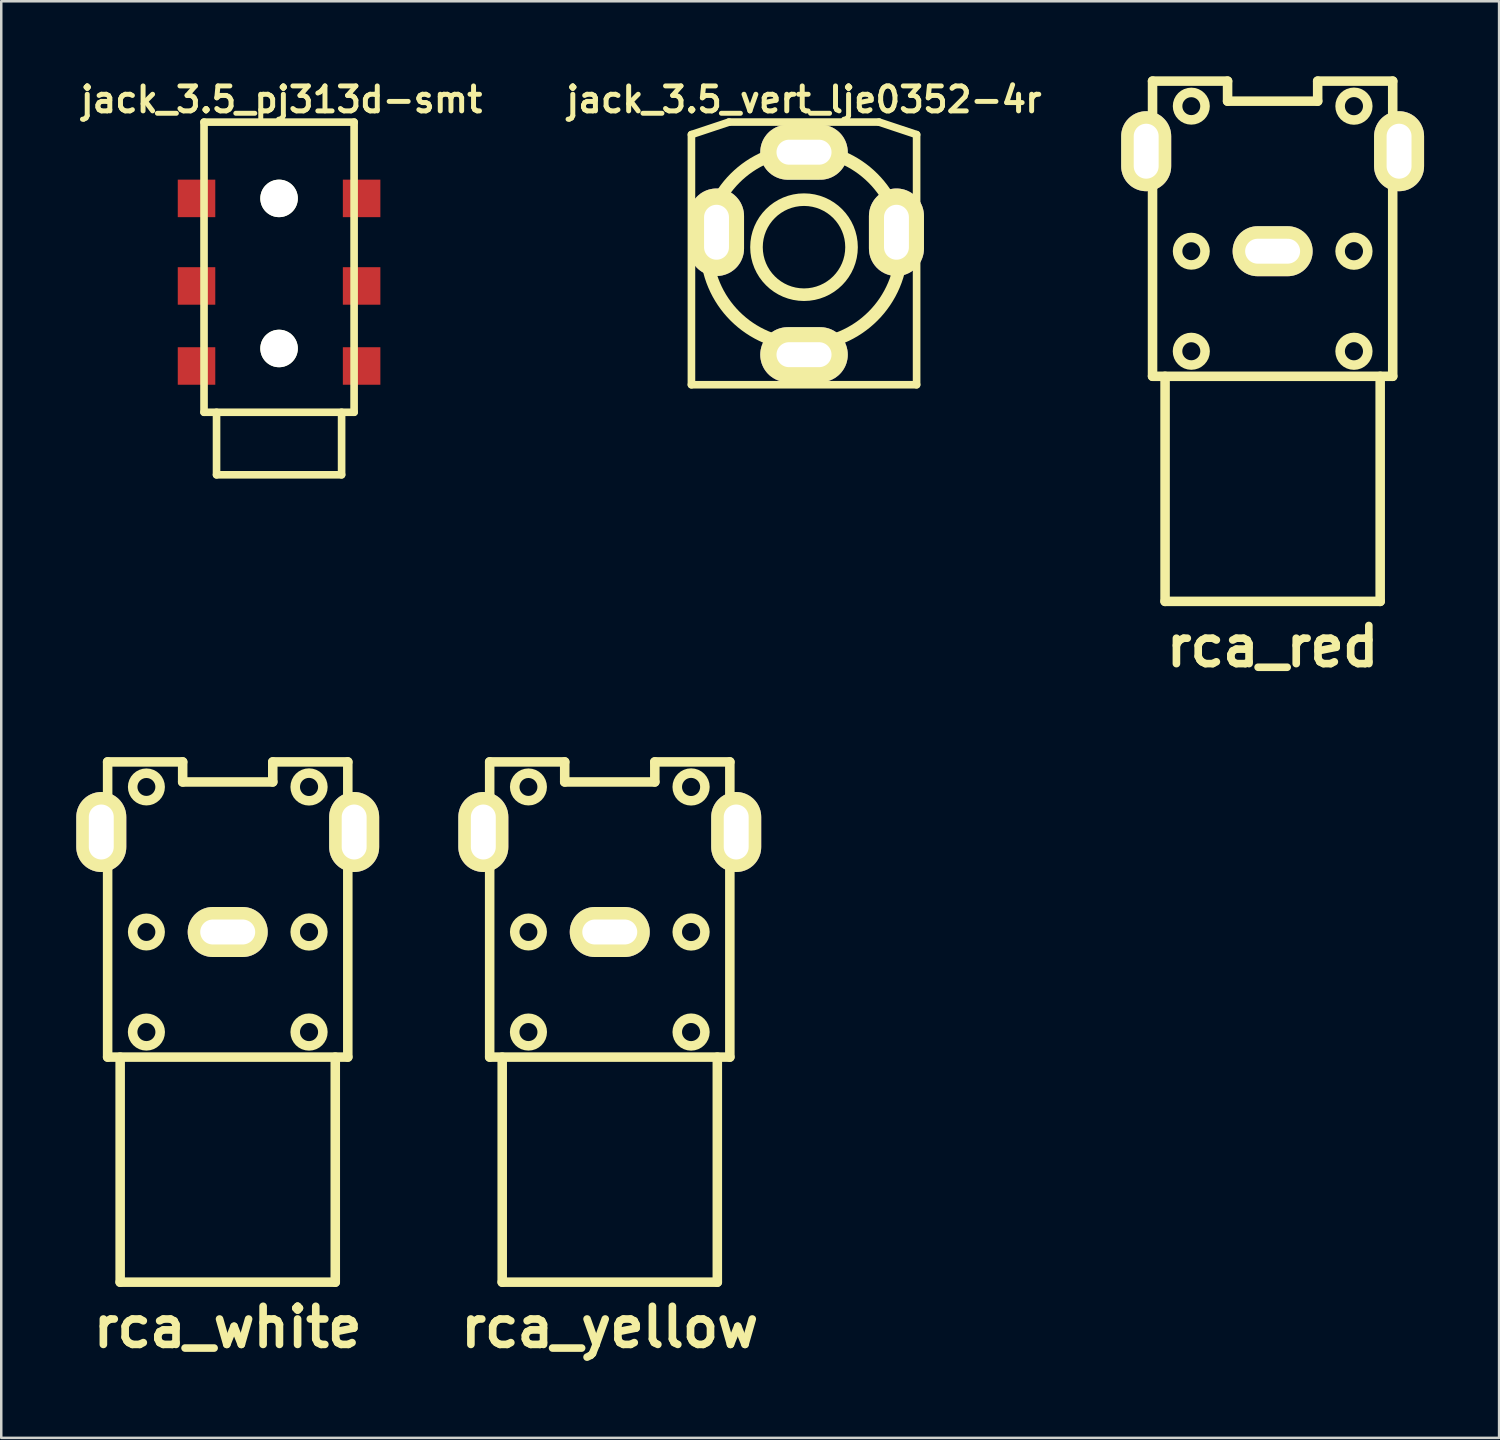
<source format=kicad_pcb>
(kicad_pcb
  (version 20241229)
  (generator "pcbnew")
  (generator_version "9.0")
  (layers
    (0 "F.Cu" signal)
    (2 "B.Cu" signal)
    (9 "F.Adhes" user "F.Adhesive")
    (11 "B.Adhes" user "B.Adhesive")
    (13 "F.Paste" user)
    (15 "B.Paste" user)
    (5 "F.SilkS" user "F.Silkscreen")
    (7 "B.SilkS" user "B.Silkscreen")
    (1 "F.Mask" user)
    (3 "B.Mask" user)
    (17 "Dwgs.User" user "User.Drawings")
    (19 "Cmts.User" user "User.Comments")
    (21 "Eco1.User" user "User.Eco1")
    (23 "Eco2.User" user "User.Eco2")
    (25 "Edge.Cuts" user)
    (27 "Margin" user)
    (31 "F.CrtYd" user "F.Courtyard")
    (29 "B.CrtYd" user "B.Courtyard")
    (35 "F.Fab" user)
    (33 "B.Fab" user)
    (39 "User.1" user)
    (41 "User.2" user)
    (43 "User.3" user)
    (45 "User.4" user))
  (footprint "rca_yellow"
    (layer "F.Cu")
    (at 21.328 34.211)
    (property "Reference" "rca_yellow" (at 0 15.799 0) (layer "F.SilkS") (effects (font (size 1.524 1.524) (thickness 0.305))))
    (attr through_hole)
    (fp_line (start -5.4 -4.9) (end -4.801 -4.9) (stroke (width 0.381) (type solid)) (layer "F.SilkS"))
    (fp_line (start -5.4 -3.099) (end -5.4 -4.9) (stroke (width 0.381) (type solid)) (layer "F.SilkS"))
    (fp_line (start -4.801 -6.8) (end -1.801 -6.8) (stroke (width 0.381) (type solid)) (layer "F.SilkS"))
    (fp_line (start -4.801 -3.099) (end -5.4 -3.099) (stroke (width 0.381) (type solid)) (layer "F.SilkS"))
    (fp_line (start -4.801 4.999) (end -4.801 -6.802) (stroke (width 0.381) (type solid)) (layer "F.SilkS"))
    (fp_line (start -4.3 5.001) (end -4.3 14) (stroke (width 0.381) (type solid)) (layer "F.SilkS"))
    (fp_line (start -4.3 14) (end 4.3 14) (stroke (width 0.381) (type solid)) (layer "F.SilkS"))
    (fp_line (start -1.801 -6.8) (end -1.801 -5.999) (stroke (width 0.381) (type solid)) (layer "F.SilkS"))
    (fp_line (start -1.801 -5.999) (end 1.801 -5.999) (stroke (width 0.381) (type solid)) (layer "F.SilkS"))
    (fp_line (start 1.801 -6.8) (end 4.801 -6.8) (stroke (width 0.381) (type solid)) (layer "F.SilkS"))
    (fp_line (start 1.801 -5.999) (end 1.801 -6.8) (stroke (width 0.381) (type solid)) (layer "F.SilkS"))
    (fp_line (start 4.3 14) (end 4.3 5.001) (stroke (width 0.381) (type solid)) (layer "F.SilkS"))
    (fp_line (start 4.801 -6.8) (end 4.801 5.001) (stroke (width 0.381) (type solid)) (layer "F.SilkS"))
    (fp_line (start 4.801 -4.9) (end 5.4 -4.9) (stroke (width 0.381) (type solid)) (layer "F.SilkS"))
    (fp_line (start 4.801 5.001) (end -4.801 5.001) (stroke (width 0.381) (type solid)) (layer "F.SilkS"))
    (fp_line (start 5.4 -4.9) (end 5.4 -3.099) (stroke (width 0.381) (type solid)) (layer "F.SilkS"))
    (fp_line (start 5.4 -3.099) (end 4.801 -3.099) (stroke (width 0.381) (type solid)) (layer "F.SilkS"))
    (fp_circle (center -3.251 -5.799) (end -3.8 -5.799) (stroke (width 0.381) (type solid)) (fill no) (layer "F.SilkS"))
    (fp_circle (center -3.251 0) (end -3.8 0) (stroke (width 0.381) (type solid)) (fill no) (layer "F.SilkS"))
    (fp_circle (center -3.251 4) (end -3.8 3.95) (stroke (width 0.381) (type solid)) (fill no) (layer "F.SilkS"))
    (fp_circle (center 3.251 -5.799) (end 2.7 -5.85) (stroke (width 0.381) (type solid)) (fill no) (layer "F.SilkS"))
    (fp_circle (center 3.251 0) (end 2.7 -0.051) (stroke (width 0.381) (type solid)) (fill no) (layer "F.SilkS"))
    (fp_circle (center 3.251 4) (end 2.7 4.049) (stroke (width 0.381) (type solid)) (fill no) (layer "F.SilkS"))
    (pad "1" thru_hole oval (at 0 0) (size 3.198 1.999) (drill oval 2.197 0.996) (layers "*.Cu" "*.Mask" "F.SilkS"))
    (pad "2" thru_hole oval (at -5.055 -3.998) (size 1.999 3.198) (drill oval 0.996 2.197) (layers "*.Cu" "*.Mask" "F.SilkS"))
    (pad "2" thru_hole oval (at 5.055 -3.998) (size 1.999 3.198) (drill oval 0.996 2.197) (layers "*.Cu" "*.Mask" "F.SilkS")))
  (footprint "rca_red"
    (layer "F.Cu")
    (at 47.829 6.993)
    (property "Reference" "rca_red" (at 0 15.799 0) (layer "F.SilkS") (effects (font (size 1.524 1.524) (thickness 0.305))))
    (attr through_hole)
    (fp_line (start -5.4 -4.9) (end -4.801 -4.9) (stroke (width 0.381) (type solid)) (layer "F.SilkS"))
    (fp_line (start -5.4 -3.099) (end -5.4 -4.9) (stroke (width 0.381) (type solid)) (layer "F.SilkS"))
    (fp_line (start -4.801 -6.8) (end -1.801 -6.8) (stroke (width 0.381) (type solid)) (layer "F.SilkS"))
    (fp_line (start -4.801 -3.099) (end -5.4 -3.099) (stroke (width 0.381) (type solid)) (layer "F.SilkS"))
    (fp_line (start -4.801 4.999) (end -4.801 -6.802) (stroke (width 0.381) (type solid)) (layer "F.SilkS"))
    (fp_line (start -4.3 5.001) (end -4.3 14) (stroke (width 0.381) (type solid)) (layer "F.SilkS"))
    (fp_line (start -4.3 14) (end 4.3 14) (stroke (width 0.381) (type solid)) (layer "F.SilkS"))
    (fp_line (start -1.801 -6.8) (end -1.801 -5.999) (stroke (width 0.381) (type solid)) (layer "F.SilkS"))
    (fp_line (start -1.801 -5.999) (end 1.801 -5.999) (stroke (width 0.381) (type solid)) (layer "F.SilkS"))
    (fp_line (start 1.801 -6.8) (end 4.801 -6.8) (stroke (width 0.381) (type solid)) (layer "F.SilkS"))
    (fp_line (start 1.801 -5.999) (end 1.801 -6.8) (stroke (width 0.381) (type solid)) (layer "F.SilkS"))
    (fp_line (start 4.3 14) (end 4.3 5.001) (stroke (width 0.381) (type solid)) (layer "F.SilkS"))
    (fp_line (start 4.801 -6.8) (end 4.801 5.001) (stroke (width 0.381) (type solid)) (layer "F.SilkS"))
    (fp_line (start 4.801 -4.9) (end 5.4 -4.9) (stroke (width 0.381) (type solid)) (layer "F.SilkS"))
    (fp_line (start 4.801 5.001) (end -4.801 5.001) (stroke (width 0.381) (type solid)) (layer "F.SilkS"))
    (fp_line (start 5.4 -4.9) (end 5.4 -3.099) (stroke (width 0.381) (type solid)) (layer "F.SilkS"))
    (fp_line (start 5.4 -3.099) (end 4.801 -3.099) (stroke (width 0.381) (type solid)) (layer "F.SilkS"))
    (fp_circle (center -3.251 -5.799) (end -3.8 -5.799) (stroke (width 0.381) (type solid)) (fill no) (layer "F.SilkS"))
    (fp_circle (center -3.251 0) (end -3.8 0) (stroke (width 0.381) (type solid)) (fill no) (layer "F.SilkS"))
    (fp_circle (center -3.251 4) (end -3.8 3.95) (stroke (width 0.381) (type solid)) (fill no) (layer "F.SilkS"))
    (fp_circle (center 3.251 -5.799) (end 2.7 -5.85) (stroke (width 0.381) (type solid)) (fill no) (layer "F.SilkS"))
    (fp_circle (center 3.251 0) (end 2.7 -0.051) (stroke (width 0.381) (type solid)) (fill no) (layer "F.SilkS"))
    (fp_circle (center 3.251 4) (end 2.7 4.049) (stroke (width 0.381) (type solid)) (fill no) (layer "F.SilkS"))
    (pad "1" thru_hole oval (at 0 0) (size 3.198 1.999) (drill oval 2.197 0.996) (layers "*.Cu" "*.Mask" "F.SilkS"))
    (pad "2" thru_hole oval (at -5.055 -3.998) (size 1.999 3.198) (drill oval 0.996 2.197) (layers "*.Cu" "*.Mask" "F.SilkS"))
    (pad "2" thru_hole oval (at 5.055 -3.998) (size 1.999 3.198) (drill oval 0.996 2.197) (layers "*.Cu" "*.Mask" "F.SilkS")))
  (footprint "jack_3.5_vert_lje0352-4r"
    (layer "F.Cu")
    (at 29.094 6.832)
    (property "Reference" "jack_3.5_vert_lje0352-4r" (at 0 -5.9 0) (layer "F.SilkS") (effects (font (size 0.998 0.998) (thickness 0.198))))
    (attr through_hole)
    (fp_line (start -4.501 -4.501) (end -4.501 5.499) (stroke (width 0.305) (type solid)) (layer "F.SilkS"))
    (fp_line (start -4.501 5.499) (end 4.501 5.499) (stroke (width 0.305) (type solid)) (layer "F.SilkS"))
    (fp_line (start -3 -5.001) (end -4.501 -4.501) (stroke (width 0.305) (type solid)) (layer "F.SilkS"))
    (fp_line (start 3 -5.001) (end -3 -5.001) (stroke (width 0.305) (type solid)) (layer "F.SilkS"))
    (fp_line (start 4.501 -4.501) (end 3 -5.001) (stroke (width 0.305) (type solid)) (layer "F.SilkS"))
    (fp_line (start 4.501 5.499) (end 4.501 -4.501) (stroke (width 0.305) (type solid)) (layer "F.SilkS"))
    (fp_circle (center 0 0) (end 1.801 0) (stroke (width 0.305) (type solid)) (fill no) (layer "F.SilkS"))
    (fp_circle (center 0 0) (end 1.999 0) (stroke (width 0.305) (type solid)) (fill no) (layer "F.SilkS"))
    (fp_circle (center 0 0) (end 3.8 0) (stroke (width 0.305) (type solid)) (fill no) (layer "F.SilkS"))
    (fp_circle (center 0 0) (end 4 0) (stroke (width 0.305) (type solid)) (fill no) (layer "F.SilkS"))
    (pad "1" thru_hole oval (at 3.696 -0.597) (size 2.2 3.498) (drill oval 0.996 2.197) (layers "*.Cu" "*.Mask" "F.SilkS"))
    (pad "2" thru_hole oval (at -3.498 -0.597) (size 2.2 3.498) (drill oval 0.996 2.197) (layers "*.Cu" "*.Mask" "F.SilkS"))
    (pad "3" thru_hole oval (at 0 4.298) (size 3.498 2.2) (drill oval 2.2 0.998) (layers "*.Cu" "*.Mask" "F.SilkS"))
    (pad "4" thru_hole oval (at 0 -3.797) (size 3.498 2.2) (drill oval 2.2 0.998) (layers "*.Cu" "*.Mask" "F.SilkS")))
  (footprint "rca_white"
    (layer "F.Cu")
    (at 6.054 34.211)
    (property "Reference" "rca_white" (at 0 15.799 0) (layer "F.SilkS") (effects (font (size 1.524 1.524) (thickness 0.305))))
    (attr through_hole)
    (fp_line (start -5.4 -4.9) (end -4.801 -4.9) (stroke (width 0.381) (type solid)) (layer "F.SilkS"))
    (fp_line (start -5.4 -3.099) (end -5.4 -4.9) (stroke (width 0.381) (type solid)) (layer "F.SilkS"))
    (fp_line (start -4.801 -6.8) (end -1.801 -6.8) (stroke (width 0.381) (type solid)) (layer "F.SilkS"))
    (fp_line (start -4.801 -3.099) (end -5.4 -3.099) (stroke (width 0.381) (type solid)) (layer "F.SilkS"))
    (fp_line (start -4.801 4.999) (end -4.801 -6.802) (stroke (width 0.381) (type solid)) (layer "F.SilkS"))
    (fp_line (start -4.3 5.001) (end -4.3 14) (stroke (width 0.381) (type solid)) (layer "F.SilkS"))
    (fp_line (start -4.3 14) (end 4.3 14) (stroke (width 0.381) (type solid)) (layer "F.SilkS"))
    (fp_line (start -1.801 -6.8) (end -1.801 -5.999) (stroke (width 0.381) (type solid)) (layer "F.SilkS"))
    (fp_line (start -1.801 -5.999) (end 1.801 -5.999) (stroke (width 0.381) (type solid)) (layer "F.SilkS"))
    (fp_line (start 1.801 -6.8) (end 4.801 -6.8) (stroke (width 0.381) (type solid)) (layer "F.SilkS"))
    (fp_line (start 1.801 -5.999) (end 1.801 -6.8) (stroke (width 0.381) (type solid)) (layer "F.SilkS"))
    (fp_line (start 4.3 14) (end 4.3 5.001) (stroke (width 0.381) (type solid)) (layer "F.SilkS"))
    (fp_line (start 4.801 -6.8) (end 4.801 5.001) (stroke (width 0.381) (type solid)) (layer "F.SilkS"))
    (fp_line (start 4.801 -4.9) (end 5.4 -4.9) (stroke (width 0.381) (type solid)) (layer "F.SilkS"))
    (fp_line (start 4.801 5.001) (end -4.801 5.001) (stroke (width 0.381) (type solid)) (layer "F.SilkS"))
    (fp_line (start 5.4 -4.9) (end 5.4 -3.099) (stroke (width 0.381) (type solid)) (layer "F.SilkS"))
    (fp_line (start 5.4 -3.099) (end 4.801 -3.099) (stroke (width 0.381) (type solid)) (layer "F.SilkS"))
    (fp_circle (center -3.251 -5.799) (end -3.8 -5.799) (stroke (width 0.381) (type solid)) (fill no) (layer "F.SilkS"))
    (fp_circle (center -3.251 0) (end -3.8 0) (stroke (width 0.381) (type solid)) (fill no) (layer "F.SilkS"))
    (fp_circle (center -3.251 4) (end -3.8 3.95) (stroke (width 0.381) (type solid)) (fill no) (layer "F.SilkS"))
    (fp_circle (center 3.251 -5.799) (end 2.7 -5.85) (stroke (width 0.381) (type solid)) (fill no) (layer "F.SilkS"))
    (fp_circle (center 3.251 0) (end 2.7 -0.051) (stroke (width 0.381) (type solid)) (fill no) (layer "F.SilkS"))
    (fp_circle (center 3.251 4) (end 2.7 4.049) (stroke (width 0.381) (type solid)) (fill no) (layer "F.SilkS"))
    (pad "1" thru_hole oval (at 0 0) (size 3.198 1.999) (drill oval 2.197 0.996) (layers "*.Cu" "*.Mask" "F.SilkS"))
    (pad "2" thru_hole oval (at -5.055 -3.998) (size 1.999 3.198) (drill oval 0.996 2.197) (layers "*.Cu" "*.Mask" "F.SilkS"))
    (pad "2" thru_hole oval (at 5.055 -3.998) (size 1.999 3.198) (drill oval 0.996 2.197) (layers "*.Cu" "*.Mask" "F.SilkS")))
  (footprint "jack_3.5_pj313d-smt"
    (layer "F.Cu")
    (at 8.107 7.632)
    (property "Reference" "jack_3.5_pj313d-smt" (at 0.1 -6.7 0) (layer "F.SilkS") (effects (font (size 0.998 0.998) (thickness 0.198))))
    (attr smd)
    (fp_line (start -3 -5.8) (end -3 5.8) (stroke (width 0.305) (type solid)) (layer "F.SilkS"))
    (fp_line (start -3 -5.8) (end 3 -5.8) (stroke (width 0.305) (type solid)) (layer "F.SilkS"))
    (fp_line (start -3 5.8) (end 3 5.8) (stroke (width 0.305) (type solid)) (layer "F.SilkS"))
    (fp_line (start -2.5 5.8) (end -2.5 8.3) (stroke (width 0.305) (type solid)) (layer "F.SilkS"))
    (fp_line (start -2.5 8.3) (end 2.5 8.3) (stroke (width 0.305) (type solid)) (layer "F.SilkS"))
    (fp_line (start 2.5 5.8) (end 2.5 8.3) (stroke (width 0.305) (type solid)) (layer "F.SilkS"))
    (fp_line (start 3 -5.8) (end 3 5.8) (stroke (width 0.305) (type solid)) (layer "F.SilkS"))
    (pad "" np_thru_hole circle (at 0 -2.75) (size 1.5 1.5) (drill 1.5) (layers "*.Cu" "*.Mask" "F.SilkS"))
    (pad "" np_thru_hole circle (at 0 3.25) (size 1.5 1.5) (drill 1.5) (layers "*.Cu" "*.Mask" "F.SilkS"))
    (pad "1" smd rect (at -3.3 3.95) (size 1.5 1.5) (layers "F.Cu" "F.Mask" "F.Paste"))
    (pad "1" smd rect (at 3.3 3.95) (size 1.5 1.5) (layers "F.Cu" "F.Mask" "F.Paste"))
    (pad "2" smd rect (at -3.3 -2.75) (size 1.5 1.5) (layers "F.Cu" "F.Mask" "F.Paste"))
    (pad "2" smd rect (at 3.3 -2.75) (size 1.5 1.5) (layers "F.Cu" "F.Mask" "F.Paste"))
    (pad "3" smd rect (at -3.3 0.75) (size 1.5 1.5) (layers "F.Cu" "F.Mask" "F.Paste"))
    (pad "3" smd rect (at 3.3 0.75) (size 1.5 1.5) (layers "F.Cu" "F.Mask" "F.Paste")))
  (gr_rect
    (start -3 -3)
    (end 56.883 54.436)
    (stroke (width 0.1) (type default))
    (fill no)
    (layer "Edge.Cuts")))
</source>
